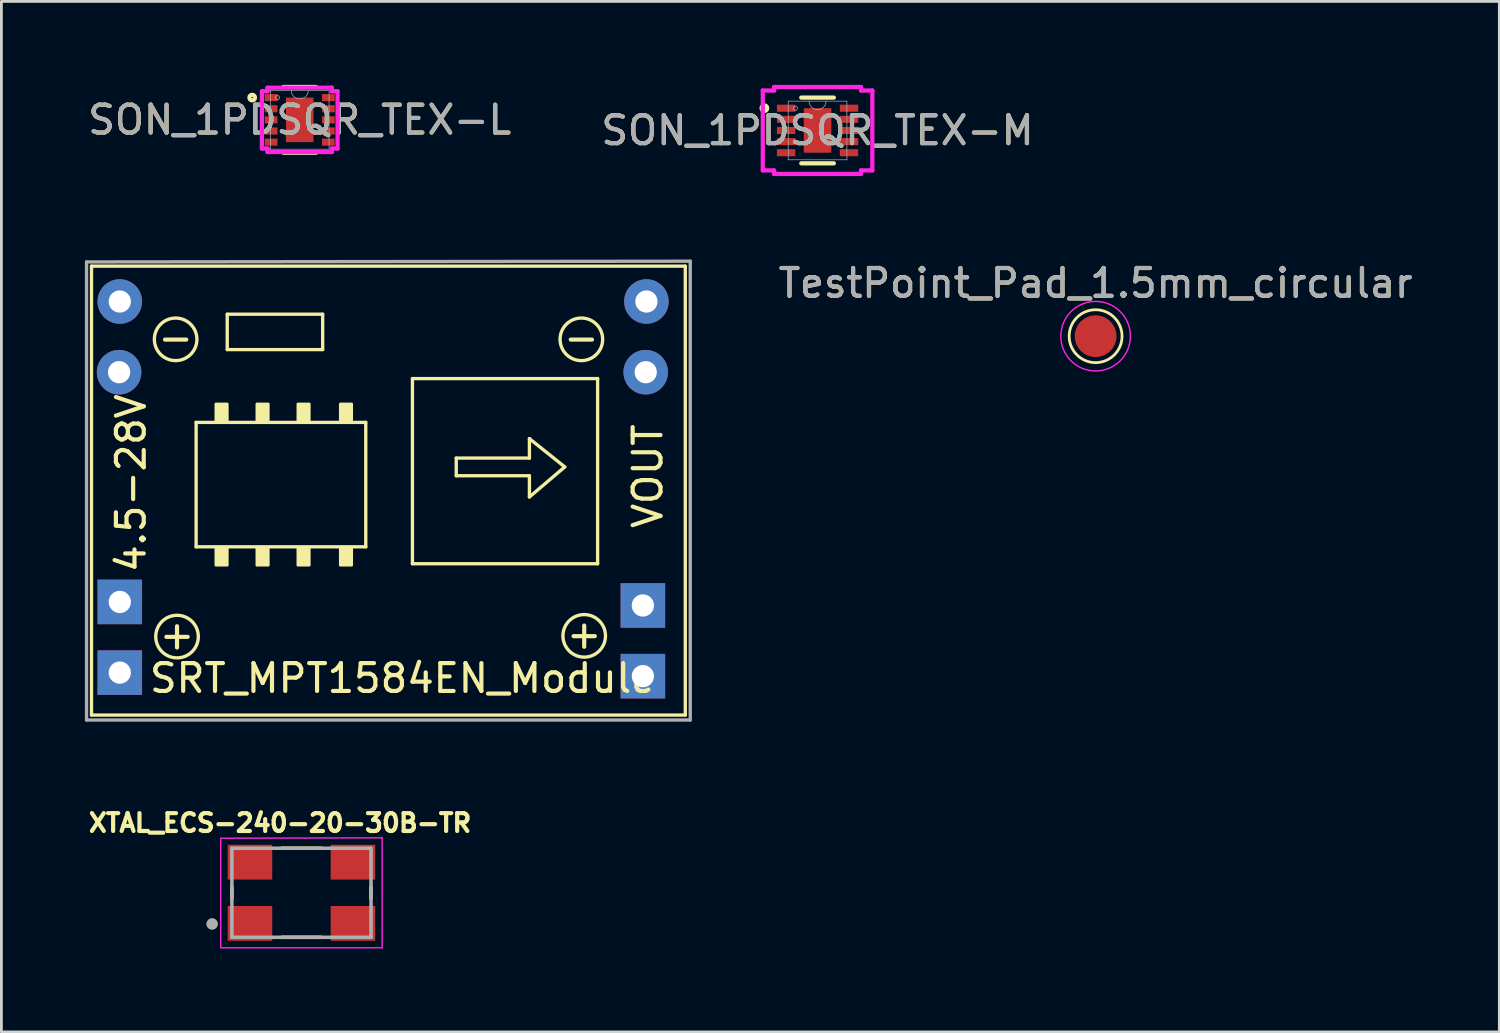
<source format=kicad_pcb>
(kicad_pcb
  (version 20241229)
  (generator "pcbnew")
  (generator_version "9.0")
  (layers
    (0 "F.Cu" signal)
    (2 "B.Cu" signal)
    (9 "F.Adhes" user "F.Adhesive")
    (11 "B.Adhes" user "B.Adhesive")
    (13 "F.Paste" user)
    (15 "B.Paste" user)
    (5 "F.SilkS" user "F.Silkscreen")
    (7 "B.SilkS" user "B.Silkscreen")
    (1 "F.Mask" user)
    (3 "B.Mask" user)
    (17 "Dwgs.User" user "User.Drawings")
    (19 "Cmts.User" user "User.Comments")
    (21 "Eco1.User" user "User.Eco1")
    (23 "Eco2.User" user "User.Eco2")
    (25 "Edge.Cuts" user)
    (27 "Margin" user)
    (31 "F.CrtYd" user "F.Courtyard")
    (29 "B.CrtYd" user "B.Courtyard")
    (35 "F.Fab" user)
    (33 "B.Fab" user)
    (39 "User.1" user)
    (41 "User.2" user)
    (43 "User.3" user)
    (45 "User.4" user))
  (footprint "SON_1PDSQR_TEX-L"
    (layer "F.Cu")
    (at 7.72 1.257)
    (property "Reference" "SON_1PDSQR_TEX-L" (at 0 0 0) (unlocked yes) (layer "F.SilkS") (effects (font (size 1 1) (thickness 0.15))))
    (attr smd)
    (fp_line (start -0.585 1.181) (end 0.585 1.181) (stroke (width 0.152) (type solid)) (layer "F.SilkS"))
    (fp_line (start 0.585 -1.181) (end -0.585 -1.181) (stroke (width 0.152) (type solid)) (layer "F.SilkS"))
    (fp_circle (center -1.708 -0.8) (end -1.607 -0.8) (stroke (width 0.152) (type solid)) (fill no) (layer "F.SilkS"))
    (fp_line (start -1.359 -1.029) (end -1.156 -1.029) (stroke (width 0.152) (type solid)) (layer "F.CrtYd"))
    (fp_line (start -1.359 1.029) (end -1.359 -1.029) (stroke (width 0.152) (type solid)) (layer "F.CrtYd"))
    (fp_line (start -1.359 1.029) (end -1.156 1.029) (stroke (width 0.152) (type solid)) (layer "F.CrtYd"))
    (fp_line (start -1.156 -1.156) (end 1.156 -1.156) (stroke (width 0.152) (type solid)) (layer "F.CrtYd"))
    (fp_line (start -1.156 -1.029) (end -1.156 -1.156) (stroke (width 0.152) (type solid)) (layer "F.CrtYd"))
    (fp_line (start -1.156 1.156) (end -1.156 1.029) (stroke (width 0.152) (type solid)) (layer "F.CrtYd"))
    (fp_line (start 1.156 -1.156) (end 1.156 -1.029) (stroke (width 0.152) (type solid)) (layer "F.CrtYd"))
    (fp_line (start 1.156 1.029) (end 1.156 1.156) (stroke (width 0.152) (type solid)) (layer "F.CrtYd"))
    (fp_line (start 1.156 1.156) (end -1.156 1.156) (stroke (width 0.152) (type solid)) (layer "F.CrtYd"))
    (fp_line (start 1.359 -1.029) (end 1.156 -1.029) (stroke (width 0.152) (type solid)) (layer "F.CrtYd"))
    (fp_line (start 1.359 -1.029) (end 1.359 1.029) (stroke (width 0.152) (type solid)) (layer "F.CrtYd"))
    (fp_line (start 1.359 1.029) (end 1.156 1.029) (stroke (width 0.152) (type solid)) (layer "F.CrtYd"))
    (fp_line (start -1.054 -1.054) (end -1.054 1.054) (stroke (width 0.025) (type solid)) (layer "F.Fab"))
    (fp_line (start -1.054 1.054) (end 1.054 1.054) (stroke (width 0.025) (type solid)) (layer "F.Fab"))
    (fp_line (start 1.054 -1.054) (end -1.054 -1.054) (stroke (width 0.025) (type solid)) (layer "F.Fab"))
    (fp_line (start 1.054 1.054) (end 1.054 -1.054) (stroke (width 0.025) (type solid)) (layer "F.Fab"))
    (fp_arc (start 0.3048 -1.0541) (mid 0 -0.7493) (end -0.3048 -1.0541) (stroke (width 0.0254) (type solid)) (layer "F.Fab"))
    (fp_circle (center -0.8 -0.8) (end -0.724 -0.8) (stroke (width 0.025) (type solid)) (fill no) (layer "F.Fab"))
    (fp_text user "${REFERENCE}" (at 0 0 0) (unlocked yes) (layer "F.Fab") (effects (font (size 1 1) (thickness 0.15))))
    (pad "1" smd rect (at -1.029 -0.8) (size 0.457 0.254) (layers "F.Cu" "F.Mask" "F.Paste"))
    (pad "2" smd rect (at -1.029 -0.4) (size 0.457 0.254) (layers "F.Cu" "F.Mask" "F.Paste"))
    (pad "3" smd rect (at -1.029 0) (size 0.457 0.254) (layers "F.Cu" "F.Mask" "F.Paste"))
    (pad "4" smd rect (at -1.029 0.4) (size 0.457 0.254) (layers "F.Cu" "F.Mask" "F.Paste"))
    (pad "5" smd rect (at -1.029 0.8) (size 0.457 0.254) (layers "F.Cu" "F.Mask" "F.Paste"))
    (pad "6" smd rect (at 1.029 0.8) (size 0.457 0.254) (layers "F.Cu" "F.Mask" "F.Paste"))
    (pad "7" smd rect (at 1.029 0.4) (size 0.457 0.254) (layers "F.Cu" "F.Mask" "F.Paste"))
    (pad "8" smd rect (at 1.029 0) (size 0.457 0.254) (layers "F.Cu" "F.Mask" "F.Paste"))
    (pad "9" smd rect (at 1.029 -0.4) (size 0.457 0.254) (layers "F.Cu" "F.Mask" "F.Paste"))
    (pad "10" smd rect (at 1.029 -0.8) (size 0.457 0.254) (layers "F.Cu" "F.Mask" "F.Paste"))
    (pad "11" smd rect (at 0 0) (size 0.991 1.6) (layers "F.Cu" "F.Mask" "F.Paste")))
  (footprint "SON_1PDSQR_TEX-M"
    (layer "F.Cu")
    (at 26.327 1.638)
    (property "Reference" "SON_1PDSQR_TEX-M" (at 0 0 0) (unlocked yes) (layer "F.SilkS") (effects (font (size 1 1) (thickness 0.15))))
    (attr smd)
    (fp_line (start -0.585 1.181) (end 0.585 1.181) (stroke (width 0.152) (type solid)) (layer "F.SilkS"))
    (fp_line (start 0.585 -1.181) (end -0.585 -1.181) (stroke (width 0.152) (type solid)) (layer "F.SilkS"))
    (fp_circle (center -1.911 -0.8) (end -1.81 -0.8) (stroke (width 0.152) (type solid)) (fill no) (layer "F.SilkS"))
    (fp_line (start -1.968 -1.435) (end -1.562 -1.435) (stroke (width 0.152) (type solid)) (layer "F.CrtYd"))
    (fp_line (start -1.968 1.435) (end -1.968 -1.435) (stroke (width 0.152) (type solid)) (layer "F.CrtYd"))
    (fp_line (start -1.968 1.435) (end -1.562 1.435) (stroke (width 0.152) (type solid)) (layer "F.CrtYd"))
    (fp_line (start -1.562 -1.562) (end 1.562 -1.562) (stroke (width 0.152) (type solid)) (layer "F.CrtYd"))
    (fp_line (start -1.562 -1.435) (end -1.562 -1.562) (stroke (width 0.152) (type solid)) (layer "F.CrtYd"))
    (fp_line (start -1.562 1.562) (end -1.562 1.435) (stroke (width 0.152) (type solid)) (layer "F.CrtYd"))
    (fp_line (start 1.562 -1.562) (end 1.562 -1.435) (stroke (width 0.152) (type solid)) (layer "F.CrtYd"))
    (fp_line (start 1.562 1.435) (end 1.562 1.562) (stroke (width 0.152) (type solid)) (layer "F.CrtYd"))
    (fp_line (start 1.562 1.562) (end -1.562 1.562) (stroke (width 0.152) (type solid)) (layer "F.CrtYd"))
    (fp_line (start 1.968 -1.435) (end 1.562 -1.435) (stroke (width 0.152) (type solid)) (layer "F.CrtYd"))
    (fp_line (start 1.968 -1.435) (end 1.968 1.435) (stroke (width 0.152) (type solid)) (layer "F.CrtYd"))
    (fp_line (start 1.968 1.435) (end 1.562 1.435) (stroke (width 0.152) (type solid)) (layer "F.CrtYd"))
    (fp_line (start -1.054 -1.054) (end -1.054 1.054) (stroke (width 0.025) (type solid)) (layer "F.Fab"))
    (fp_line (start -1.054 1.054) (end 1.054 1.054) (stroke (width 0.025) (type solid)) (layer "F.Fab"))
    (fp_line (start 1.054 -1.054) (end -1.054 -1.054) (stroke (width 0.025) (type solid)) (layer "F.Fab"))
    (fp_line (start 1.054 1.054) (end 1.054 -1.054) (stroke (width 0.025) (type solid)) (layer "F.Fab"))
    (fp_arc (start 0.3048 -1.0541) (mid 0 -0.7493) (end -0.3048 -1.0541) (stroke (width 0.0254) (type solid)) (layer "F.Fab"))
    (fp_circle (center -0.8 -0.8) (end -0.724 -0.8) (stroke (width 0.025) (type solid)) (fill no) (layer "F.Fab"))
    (fp_text user "${REFERENCE}" (at 0 0 0) (unlocked yes) (layer "F.Fab") (effects (font (size 1 1) (thickness 0.15))))
    (pad "1" smd rect (at -1.13 -0.8) (size 0.66 0.254) (layers "F.Cu" "F.Mask" "F.Paste"))
    (pad "2" smd rect (at -1.13 -0.4) (size 0.66 0.254) (layers "F.Cu" "F.Mask" "F.Paste"))
    (pad "3" smd rect (at -1.13 0) (size 0.66 0.254) (layers "F.Cu" "F.Mask" "F.Paste"))
    (pad "4" smd rect (at -1.13 0.4) (size 0.66 0.254) (layers "F.Cu" "F.Mask" "F.Paste"))
    (pad "5" smd rect (at -1.13 0.8) (size 0.66 0.254) (layers "F.Cu" "F.Mask" "F.Paste"))
    (pad "6" smd rect (at 1.13 0.8) (size 0.66 0.254) (layers "F.Cu" "F.Mask" "F.Paste"))
    (pad "7" smd rect (at 1.13 0.4) (size 0.66 0.254) (layers "F.Cu" "F.Mask" "F.Paste"))
    (pad "8" smd rect (at 1.13 0) (size 0.66 0.254) (layers "F.Cu" "F.Mask" "F.Paste"))
    (pad "9" smd rect (at 1.13 -0.4) (size 0.66 0.254) (layers "F.Cu" "F.Mask" "F.Paste"))
    (pad "10" smd rect (at 1.13 -0.8) (size 0.66 0.254) (layers "F.Cu" "F.Mask" "F.Paste"))
    (pad "11" smd rect (at 0 0) (size 0.991 1.6) (layers "F.Cu" "F.Mask" "F.Paste")))
  (footprint "XTAL_ECS-240-20-30B-TR"
    (layer "F.Cu")
    (at 7.782 29.03)
    (property "Reference" "XTAL_ECS-240-20-30B-TR" (at -0.769 -2.51 0) (layer "F.SilkS") (effects (font (size 0.641 0.641) (thickness 0.15))))
    (attr smd)
    (fp_line (start -2.5 0.2) (end -2.5 -0.2) (stroke (width 0.127) (type solid)) (layer "F.SilkS"))
    (fp_line (start -0.7 1.6) (end 0.7 1.6) (stroke (width 0.127) (type solid)) (layer "F.SilkS"))
    (fp_line (start 0.7 -1.6) (end -0.7 -1.6) (stroke (width 0.127) (type solid)) (layer "F.SilkS"))
    (fp_line (start 2.5 0.2) (end 2.5 -0.2) (stroke (width 0.127) (type solid)) (layer "F.SilkS"))
    (fp_circle (center -3.21 1.12) (end -3.11 1.12) (stroke (width 0.2) (type solid)) (fill no) (layer "F.SilkS"))
    (fp_line (start -2.9 -1.96) (end -2.9 1.975) (stroke (width 0.05) (type solid)) (layer "F.CrtYd"))
    (fp_line (start -2.9 1.975) (end 2.9 1.975) (stroke (width 0.05) (type solid)) (layer "F.CrtYd"))
    (fp_line (start 2.9 -1.975) (end -2.9 -1.96) (stroke (width 0.05) (type solid)) (layer "F.CrtYd"))
    (fp_line (start 2.9 1.975) (end 2.9 -1.975) (stroke (width 0.05) (type solid)) (layer "F.CrtYd"))
    (fp_line (start -2.5 -1.6) (end -2.5 1.6) (stroke (width 0.127) (type solid)) (layer "F.Fab"))
    (fp_line (start -2.5 1.6) (end 2.5 1.6) (stroke (width 0.127) (type solid)) (layer "F.Fab"))
    (fp_line (start 2.5 -1.6) (end -2.5 -1.6) (stroke (width 0.127) (type solid)) (layer "F.Fab"))
    (fp_line (start 2.5 1.6) (end 2.5 -1.6) (stroke (width 0.127) (type solid)) (layer "F.Fab"))
    (fp_circle (center -3.21 1.12) (end -3.11 1.12) (stroke (width 0.2) (type solid)) (fill no) (layer "F.Fab"))
    (pad "1" smd rect (at -1.85 1.1) (size 1.6 1.25) (layers "F.Cu" "F.Mask" "F.Paste"))
    (pad "2" smd rect (at 1.85 1.1) (size 1.6 1.25) (layers "F.Cu" "F.Mask" "F.Paste"))
    (pad "3" smd rect (at 1.85 -1.1) (size 1.6 1.25) (layers "F.Cu" "F.Mask" "F.Paste"))
    (pad "4" smd rect (at -1.85 -1.1) (size 1.6 1.25) (layers "F.Cu" "F.Mask" "F.Paste")))
  (footprint "TestPoint_Pad_1.5mm_circular"
    (layer "F.Cu")
    (at 36.318 9.03)
    (property "Reference" "TestPoint_Pad_1.5mm_circular" (at 0 -1.905 0) (layer "F.SilkS") (effects (font (size 1 1) (thickness 0.15))))
    (attr exclude_from_pos_files exclude_from_bom)
    (fp_circle (center 0 0) (end 0.95 0) (stroke (width 0.1) (type default)) (fill no) (layer "F.SilkS"))
    (fp_circle (center 0 0) (end 1.25 0) (stroke (width 0.05) (type default)) (fill no) (layer "F.CrtYd"))
    (fp_text user "${REFERENCE}" (at 0 -1.905 0) (layer "F.Fab") (effects (font (size 1 1) (thickness 0.15))))
    (pad "1" smd circle (at 0 0) (size 1.5 1.5) (layers "F.Cu" "F.Mask")))
  (footprint "SRT_MPT1584EN_Module"
    (layer "F.Cu")
    (at 11.414 14.007)
    (property "Reference" "SRT_MPT1584EN_Module" (at 0 7.315 180) (layer "F.SilkS") (effects (font (size 1 1) (thickness 0.15))))
    (attr through_hole)
    (fp_line (start -11.176 -7.493) (end -11.176 8.636) (stroke (width 0.12) (type solid)) (layer "F.SilkS"))
    (fp_line (start -11.176 8.636) (end 10.16 8.636) (stroke (width 0.12) (type solid)) (layer "F.SilkS"))
    (fp_line (start -7.417 -1.88) (end -1.321 -1.88) (stroke (width 0.12) (type solid)) (layer "F.SilkS"))
    (fp_line (start -7.417 2.591) (end -7.417 -1.88) (stroke (width 0.12) (type solid)) (layer "F.SilkS"))
    (fp_line (start -6.299 -5.766) (end -2.87 -5.766) (stroke (width 0.12) (type solid)) (layer "F.SilkS"))
    (fp_line (start -6.299 -4.496) (end -6.299 -5.766) (stroke (width 0.12) (type solid)) (layer "F.SilkS"))
    (fp_line (start -2.87 -5.766) (end -2.87 -4.496) (stroke (width 0.12) (type solid)) (layer "F.SilkS"))
    (fp_line (start -2.87 -4.496) (end -6.299 -4.496) (stroke (width 0.12) (type solid)) (layer "F.SilkS"))
    (fp_line (start -1.321 2.591) (end -7.417 2.591) (stroke (width 0.12) (type solid)) (layer "F.SilkS"))
    (fp_line (start -1.321 2.591) (end -1.321 -1.88) (stroke (width 0.12) (type solid)) (layer "F.SilkS"))
    (fp_line (start 0.356 -3.454) (end 0.356 3.2) (stroke (width 0.12) (type solid)) (layer "F.SilkS"))
    (fp_line (start 0.356 -3.454) (end 7.01 -3.454) (stroke (width 0.12) (type solid)) (layer "F.SilkS"))
    (fp_line (start 1.93 -0.597) (end 4.559 -0.597) (stroke (width 0.12) (type solid)) (layer "F.SilkS"))
    (fp_line (start 1.93 0.038) (end 1.93 -0.597) (stroke (width 0.12) (type solid)) (layer "F.SilkS"))
    (fp_line (start 1.93 0.038) (end 4.559 0.038) (stroke (width 0.12) (type solid)) (layer "F.SilkS"))
    (fp_line (start 4.559 -1.295) (end 5.829 -0.279) (stroke (width 0.12) (type solid)) (layer "F.SilkS"))
    (fp_line (start 4.559 -0.597) (end 4.559 -1.295) (stroke (width 0.12) (type solid)) (layer "F.SilkS"))
    (fp_line (start 4.559 0.8) (end 4.559 0.038) (stroke (width 0.12) (type solid)) (layer "F.SilkS"))
    (fp_line (start 5.829 -0.279) (end 4.559 0.8) (stroke (width 0.12) (type solid)) (layer "F.SilkS"))
    (fp_line (start 7.01 -3.454) (end 7.01 3.2) (stroke (width 0.12) (type solid)) (layer "F.SilkS"))
    (fp_line (start 7.01 3.2) (end 0.356 3.2) (stroke (width 0.12) (type solid)) (layer "F.SilkS"))
    (fp_line (start 10.16 -7.493) (end -11.176 -7.493) (stroke (width 0.12) (type solid)) (layer "F.SilkS"))
    (fp_line (start 10.16 8.636) (end 10.16 -7.493) (stroke (width 0.12) (type solid)) (layer "F.SilkS"))
    (fp_circle (center -8.153 -4.864) (end -7.582 -4.356) (stroke (width 0.12) (type solid)) (fill no) (layer "F.SilkS"))
    (fp_circle (center -8.103 5.817) (end -7.531 6.325) (stroke (width 0.12) (type solid)) (fill no) (layer "F.SilkS"))
    (fp_circle (center 6.426 -4.864) (end 6.998 -4.356) (stroke (width 0.12) (type solid)) (fill no) (layer "F.SilkS"))
    (fp_circle (center 6.528 5.791) (end 7.099 6.299) (stroke (width 0.12) (type solid)) (fill no) (layer "F.SilkS"))
    (fp_poly (pts (xy -6.706 -2.54) (xy -6.299 -2.54) (xy -6.299 -1.93) (xy -6.706 -1.93)) (stroke (width 0.1) (type solid)) (fill yes) (layer "F.SilkS"))
    (fp_poly (pts (xy -6.706 2.642) (xy -6.299 2.642) (xy -6.299 3.251) (xy -6.706 3.251)) (stroke (width 0.1) (type solid)) (fill yes) (layer "F.SilkS"))
    (fp_poly (pts (xy -5.232 -2.54) (xy -4.826 -2.54) (xy -4.826 -1.93) (xy -5.232 -1.93)) (stroke (width 0.1) (type solid)) (fill yes) (layer "F.SilkS"))
    (fp_poly (pts (xy -5.232 2.642) (xy -4.826 2.642) (xy -4.826 3.251) (xy -5.232 3.251)) (stroke (width 0.1) (type solid)) (fill yes) (layer "F.SilkS"))
    (fp_poly (pts (xy -3.759 -2.54) (xy -3.353 -2.54) (xy -3.353 -1.93) (xy -3.759 -1.93)) (stroke (width 0.1) (type solid)) (fill yes) (layer "F.SilkS"))
    (fp_poly (pts (xy -3.759 2.642) (xy -3.353 2.642) (xy -3.353 3.251) (xy -3.759 3.251)) (stroke (width 0.1) (type solid)) (fill yes) (layer "F.SilkS"))
    (fp_poly (pts (xy -2.235 -2.54) (xy -1.829 -2.54) (xy -1.829 -1.93) (xy -2.235 -1.93)) (stroke (width 0.1) (type solid)) (fill yes) (layer "F.SilkS"))
    (fp_poly (pts (xy -2.235 2.642) (xy -1.829 2.642) (xy -1.829 3.251) (xy -2.235 3.251)) (stroke (width 0.1) (type solid)) (fill yes) (layer "F.SilkS"))
    (fp_line (start -11.354 -7.645) (end -11.354 8.814) (stroke (width 0.12) (type solid)) (layer "F.Fab"))
    (fp_line (start -11.354 -7.645) (end 10.338 -7.671) (stroke (width 0.12) (type solid)) (layer "F.Fab"))
    (fp_line (start -11.354 8.814) (end 10.338 8.814) (stroke (width 0.12) (type solid)) (layer "F.Fab"))
    (fp_line (start 10.338 -7.671) (end 10.338 8.814) (stroke (width 0.12) (type solid)) (layer "F.Fab"))
    (fp_text user "4.5-28V" (at -9.754 0.305 270) (layer "F.SilkS") (effects (font (size 1 1) (thickness 0.15))))
    (fp_text user "+" (at 6.528 5.728 0) (layer "F.SilkS") (effects (font (size 1 1) (thickness 0.15))))
    (fp_text user "-" (at 6.426 -4.928 0) (layer "F.SilkS") (effects (font (size 1 1) (thickness 0.15))))
    (fp_text user "VOUT" (at 8.814 0.051 270) (layer "F.SilkS") (effects (font (size 1 1) (thickness 0.15))))
    (fp_text user "+" (at -8.103 5.753 0) (layer "F.SilkS") (effects (font (size 1 1) (thickness 0.15))))
    (fp_text user "-" (at -8.153 -4.928 0) (layer "F.SilkS") (effects (font (size 1 1) (thickness 0.15))))
    (pad "1" thru_hole rect (at -10.16 4.572 90) (size 1.6 1.6) (drill 0.8) (layers "*.Cu" "*.Mask"))
    (pad "1" thru_hole rect (at -10.16 7.112 90) (size 1.6 1.6) (drill 0.8) (layers "*.Cu" "*.Mask"))
    (pad "2" thru_hole oval (at -10.185 -3.683 90) (size 1.6 1.6) (drill 0.8) (layers "*.Cu" "*.Mask"))
    (pad "2" thru_hole oval (at -10.16 -6.223 90) (size 1.6 1.6) (drill 0.8) (layers "*.Cu" "*.Mask"))
    (pad "3" thru_hole rect (at 8.636 4.699 90) (size 1.6 1.6) (drill 0.8) (layers "*.Cu" "*.Mask"))
    (pad "3" thru_hole rect (at 8.636 7.239 90) (size 1.6 1.6) (drill 0.8) (layers "*.Cu" "*.Mask"))
    (pad "4" thru_hole oval (at 8.738 -3.683 90) (size 1.6 1.6) (drill 0.8) (layers "*.Cu" "*.Mask"))
    (pad "4" thru_hole oval (at 8.763 -6.223 90) (size 1.6 1.6) (drill 0.8) (layers "*.Cu" "*.Mask")))
  (gr_rect
    (start -3 -3)
    (end 50.824 34.03)
    (stroke (width 0.1) (type default))
    (fill no)
    (layer "Edge.Cuts")))
</source>
